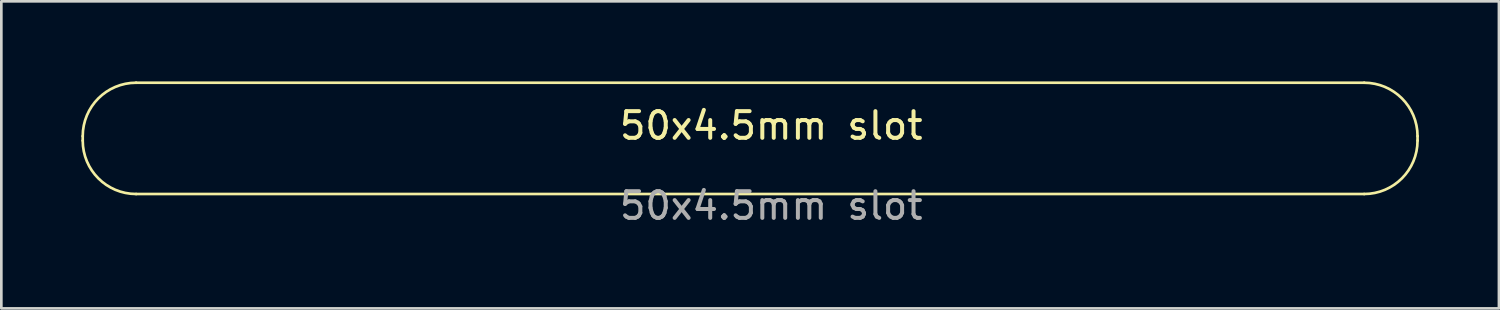
<source format=kicad_pcb>
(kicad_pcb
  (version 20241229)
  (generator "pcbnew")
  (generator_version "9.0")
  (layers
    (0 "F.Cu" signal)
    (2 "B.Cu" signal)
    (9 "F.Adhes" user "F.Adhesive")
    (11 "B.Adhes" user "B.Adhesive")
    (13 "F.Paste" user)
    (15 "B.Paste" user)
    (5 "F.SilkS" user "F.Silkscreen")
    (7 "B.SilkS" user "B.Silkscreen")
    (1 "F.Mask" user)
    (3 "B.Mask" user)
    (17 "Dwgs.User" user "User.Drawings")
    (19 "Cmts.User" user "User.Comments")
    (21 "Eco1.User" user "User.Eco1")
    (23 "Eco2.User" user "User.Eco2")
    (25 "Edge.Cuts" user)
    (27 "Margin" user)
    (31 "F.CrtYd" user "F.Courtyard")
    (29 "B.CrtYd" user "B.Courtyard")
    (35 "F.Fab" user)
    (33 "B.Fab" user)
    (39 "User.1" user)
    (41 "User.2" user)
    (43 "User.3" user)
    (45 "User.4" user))
  (footprint "50x4.5mm slot"
    (layer "F.Cu")
    (at 25.85 2.16)
    (property "Reference" "50x4.5mm slot" (at 0 -0.5 0) (unlocked yes) (layer "F.SilkS") (effects (font (size 1 1) (thickness 0.15))))
    (attr smd)
    (fp_line (start -25.8 0.06) (end -25.8 -0.11) (stroke (width 0.1) (type default)) (layer "F.SilkS"))
    (fp_line (start -23.8 -2.11) (end 22.22 -2.11) (stroke (width 0.1) (type default)) (layer "F.SilkS"))
    (fp_line (start 22.22 2.06) (end -23.8 2.06) (stroke (width 0.1) (type default)) (layer "F.SilkS"))
    (fp_line (start 24.22 -0.11) (end 24.22 0.06) (stroke (width 0.1) (type default)) (layer "F.SilkS"))
    (fp_arc (start -25.8 -0.11) (mid -25.214214 -1.524214) (end -23.8 -2.11) (stroke (width 0.1) (type default)) (layer "F.SilkS"))
    (fp_arc (start -23.8 2.06) (mid -25.214214 1.474214) (end -25.8 0.06) (stroke (width 0.1) (type default)) (layer "F.SilkS"))
    (fp_arc (start 22.22 -2.11) (mid 23.634214 -1.524214) (end 24.22 -0.11) (stroke (width 0.1) (type default)) (layer "F.SilkS"))
    (fp_arc (start 24.22 0.06) (mid 23.634214 1.474214) (end 22.22 2.06) (stroke (width 0.1) (type default)) (layer "F.SilkS"))
    (fp_text user "${REFERENCE}" (at 0 2.5 0) (unlocked yes) (layer "F.Fab") (effects (font (size 1 1) (thickness 0.15)))))
  (gr_rect
    (start -3 -3)
    (end 53.12 8.508)
    (stroke (width 0.1) (type default))
    (fill no)
    (layer "Edge.Cuts")))
</source>
